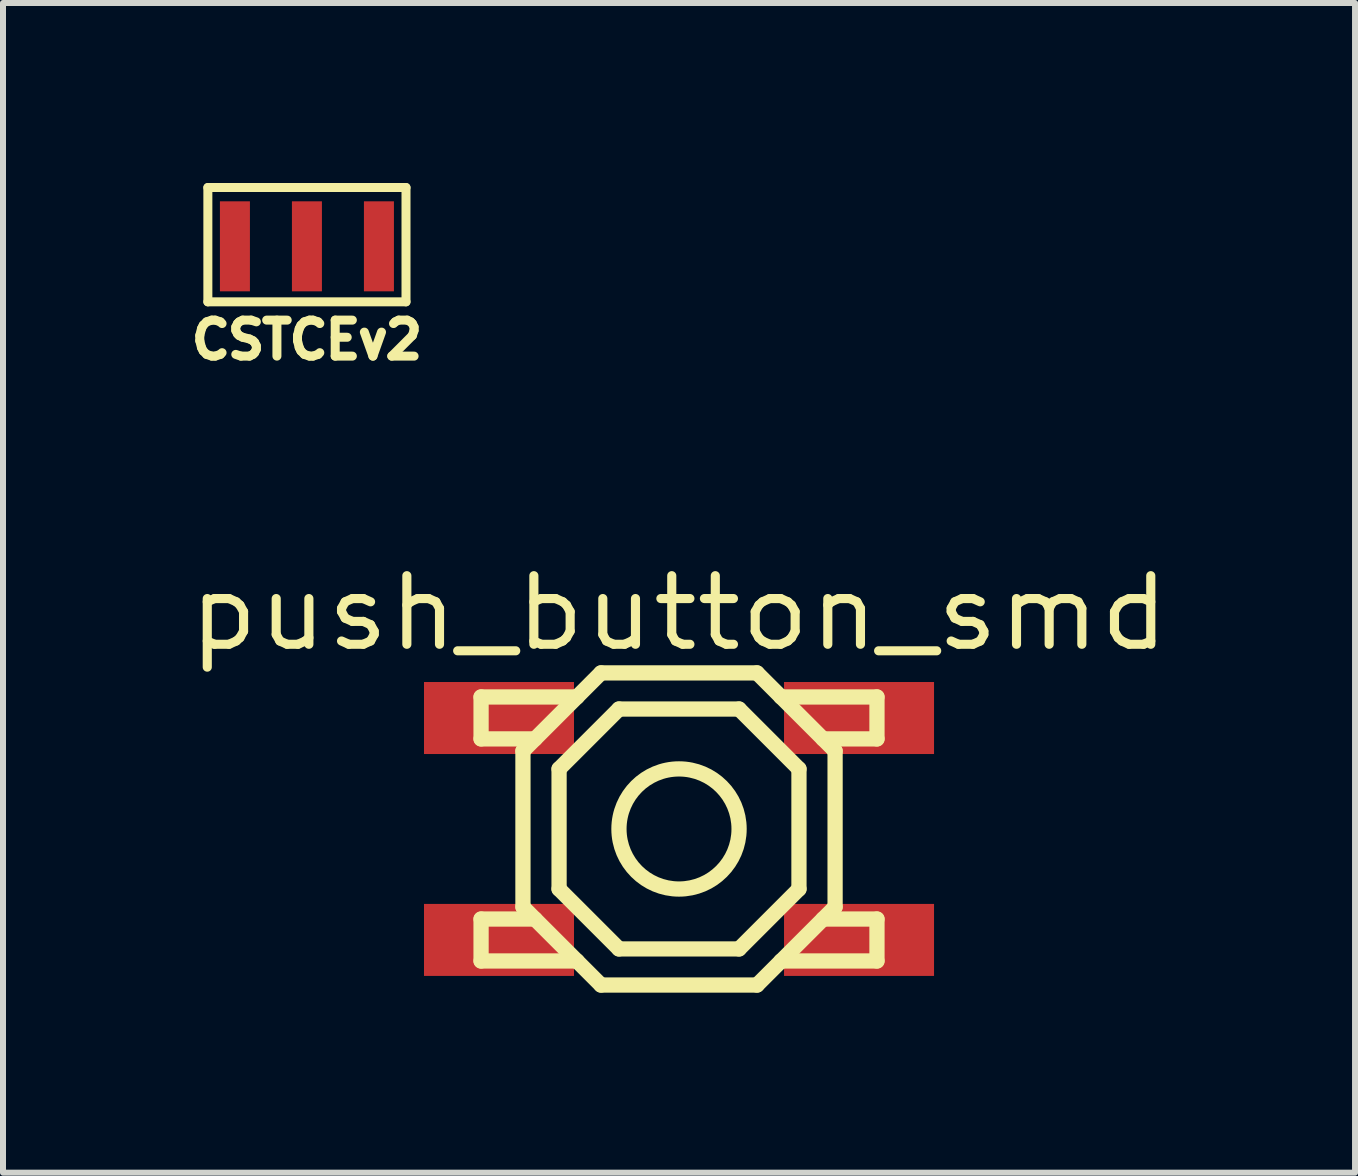
<source format=kicad_pcb>
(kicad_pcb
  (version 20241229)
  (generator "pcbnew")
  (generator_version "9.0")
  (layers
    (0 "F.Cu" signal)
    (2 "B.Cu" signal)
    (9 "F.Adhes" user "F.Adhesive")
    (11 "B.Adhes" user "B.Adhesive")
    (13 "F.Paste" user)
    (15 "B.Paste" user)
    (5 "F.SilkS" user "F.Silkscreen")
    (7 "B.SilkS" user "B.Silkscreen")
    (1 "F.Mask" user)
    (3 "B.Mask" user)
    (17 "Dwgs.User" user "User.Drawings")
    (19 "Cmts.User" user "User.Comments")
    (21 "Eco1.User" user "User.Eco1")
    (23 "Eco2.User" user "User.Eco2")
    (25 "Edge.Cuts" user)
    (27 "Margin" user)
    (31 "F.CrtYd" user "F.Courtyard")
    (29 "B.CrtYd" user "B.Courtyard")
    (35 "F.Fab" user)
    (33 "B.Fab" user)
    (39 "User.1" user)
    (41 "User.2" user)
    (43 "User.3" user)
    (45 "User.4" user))
  (footprint "CSTCEv2"
    (layer "F.Cu")
    (at 2.065 1.091)
    (property "Reference" "CSTCEv2" (at 0 1.524 0) (layer "F.SilkS") (effects (font (size 0.6 0.6) (thickness 0.15))))
    (attr through_hole)
    (fp_line (start -1.651 -1.016) (end -1.651 0.889) (stroke (width 0.15) (type solid)) (layer "F.SilkS"))
    (fp_line (start -1.651 0.889) (end 1.651 0.889) (stroke (width 0.15) (type solid)) (layer "F.SilkS"))
    (fp_line (start 1.651 -1.016) (end -1.651 -1.016) (stroke (width 0.15) (type solid)) (layer "F.SilkS"))
    (fp_line (start 1.651 0.889) (end 1.651 -1.016) (stroke (width 0.15) (type solid)) (layer "F.SilkS"))
    (pad "1" smd rect (at -1.2 -0.036) (size 0.5 1.5) (layers "F.Cu" "F.Mask" "F.Paste"))
    (pad "2" smd rect (at 1.2 -0.036) (size 0.5 1.5) (layers "F.Cu" "F.Mask" "F.Paste"))
    (pad "3" smd rect (at 0 -0.036) (size 0.5 1.5) (layers "F.Cu" "F.Mask" "F.Paste")))
  (footprint "push_button_smd"
    (layer "F.Cu")
    (at 8.266 10.765)
    (property "Reference" "push_button_smd" (at 0 -3.599 0) (layer "F.SilkS") (effects (font (size 1.143 1.27) (thickness 0.152))))
    (attr through_hole)
    (fp_line (start -3.299 -2.2) (end -3.299 -1.501) (stroke (width 0.254) (type solid)) (layer "F.SilkS"))
    (fp_line (start -3.299 -1.501) (end -2.4 -1.501) (stroke (width 0.254) (type solid)) (layer "F.SilkS"))
    (fp_line (start -3.299 1.501) (end -3.299 2.2) (stroke (width 0.254) (type solid)) (layer "F.SilkS"))
    (fp_line (start -3.299 1.501) (end -2.4 1.501) (stroke (width 0.254) (type solid)) (layer "F.SilkS"))
    (fp_line (start -3.299 2.2) (end -1.699 2.2) (stroke (width 0.254) (type solid)) (layer "F.SilkS"))
    (fp_line (start -2.601 -1.3) (end -2.601 1.3) (stroke (width 0.254) (type solid)) (layer "F.SilkS"))
    (fp_line (start -2.601 1.3) (end -1.3 2.601) (stroke (width 0.254) (type solid)) (layer "F.SilkS"))
    (fp_line (start -1.999 -1.001) (end -1.999 1.001) (stroke (width 0.254) (type solid)) (layer "F.SilkS"))
    (fp_line (start -1.999 1.001) (end -1.001 1.999) (stroke (width 0.254) (type solid)) (layer "F.SilkS"))
    (fp_line (start -1.699 -2.2) (end -3.299 -2.2) (stroke (width 0.254) (type solid)) (layer "F.SilkS"))
    (fp_line (start -1.3 -2.601) (end -2.601 -1.3) (stroke (width 0.254) (type solid)) (layer "F.SilkS"))
    (fp_line (start -1.3 2.601) (end 1.3 2.601) (stroke (width 0.254) (type solid)) (layer "F.SilkS"))
    (fp_line (start -1.001 -1.999) (end -1.999 -1.001) (stroke (width 0.254) (type solid)) (layer "F.SilkS"))
    (fp_line (start -1.001 1.999) (end 1.001 1.999) (stroke (width 0.254) (type solid)) (layer "F.SilkS"))
    (fp_line (start 1.001 -1.999) (end -1.001 -1.999) (stroke (width 0.254) (type solid)) (layer "F.SilkS"))
    (fp_line (start 1.001 1.999) (end 1.999 1.001) (stroke (width 0.254) (type solid)) (layer "F.SilkS"))
    (fp_line (start 1.3 -2.601) (end -1.3 -2.601) (stroke (width 0.254) (type solid)) (layer "F.SilkS"))
    (fp_line (start 1.3 2.601) (end 2.601 1.3) (stroke (width 0.254) (type solid)) (layer "F.SilkS"))
    (fp_line (start 1.699 2.2) (end 3.299 2.2) (stroke (width 0.254) (type solid)) (layer "F.SilkS"))
    (fp_line (start 1.999 -1.001) (end 1.001 -1.999) (stroke (width 0.254) (type solid)) (layer "F.SilkS"))
    (fp_line (start 1.999 1.001) (end 1.999 -1.001) (stroke (width 0.254) (type solid)) (layer "F.SilkS"))
    (fp_line (start 2.4 -1.501) (end 3.299 -1.501) (stroke (width 0.254) (type solid)) (layer "F.SilkS"))
    (fp_line (start 2.601 -1.3) (end 1.3 -2.601) (stroke (width 0.254) (type solid)) (layer "F.SilkS"))
    (fp_line (start 2.601 1.3) (end 2.601 -1.3) (stroke (width 0.254) (type solid)) (layer "F.SilkS"))
    (fp_line (start 3.299 -2.2) (end 1.699 -2.2) (stroke (width 0.254) (type solid)) (layer "F.SilkS"))
    (fp_line (start 3.299 -1.501) (end 3.299 -2.2) (stroke (width 0.254) (type solid)) (layer "F.SilkS"))
    (fp_line (start 3.299 1.501) (end 2.4 1.501) (stroke (width 0.254) (type solid)) (layer "F.SilkS"))
    (fp_line (start 3.299 2.2) (end 3.299 1.501) (stroke (width 0.254) (type solid)) (layer "F.SilkS"))
    (fp_circle (center 0 0) (end -1.001 0) (stroke (width 0.254) (type solid)) (fill no) (layer "F.SilkS"))
    (pad "1" smd rect (at -3 -1.849) (size 2.5 1.2) (layers "F.Cu" "F.Mask" "F.Paste"))
    (pad "1" smd rect (at 3 -1.849) (size 2.5 1.2) (layers "F.Cu" "F.Mask" "F.Paste"))
    (pad "2" smd rect (at -3 1.849) (size 2.5 1.2) (layers "F.Cu" "F.Mask" "F.Paste"))
    (pad "2" smd rect (at 3 1.849) (size 2.5 1.2) (layers "F.Cu" "F.Mask" "F.Paste")))
  (gr_rect
    (start -3 -3)
    (end 19.532 16.493)
    (stroke (width 0.1) (type default))
    (fill no)
    (layer "Edge.Cuts")))
</source>
